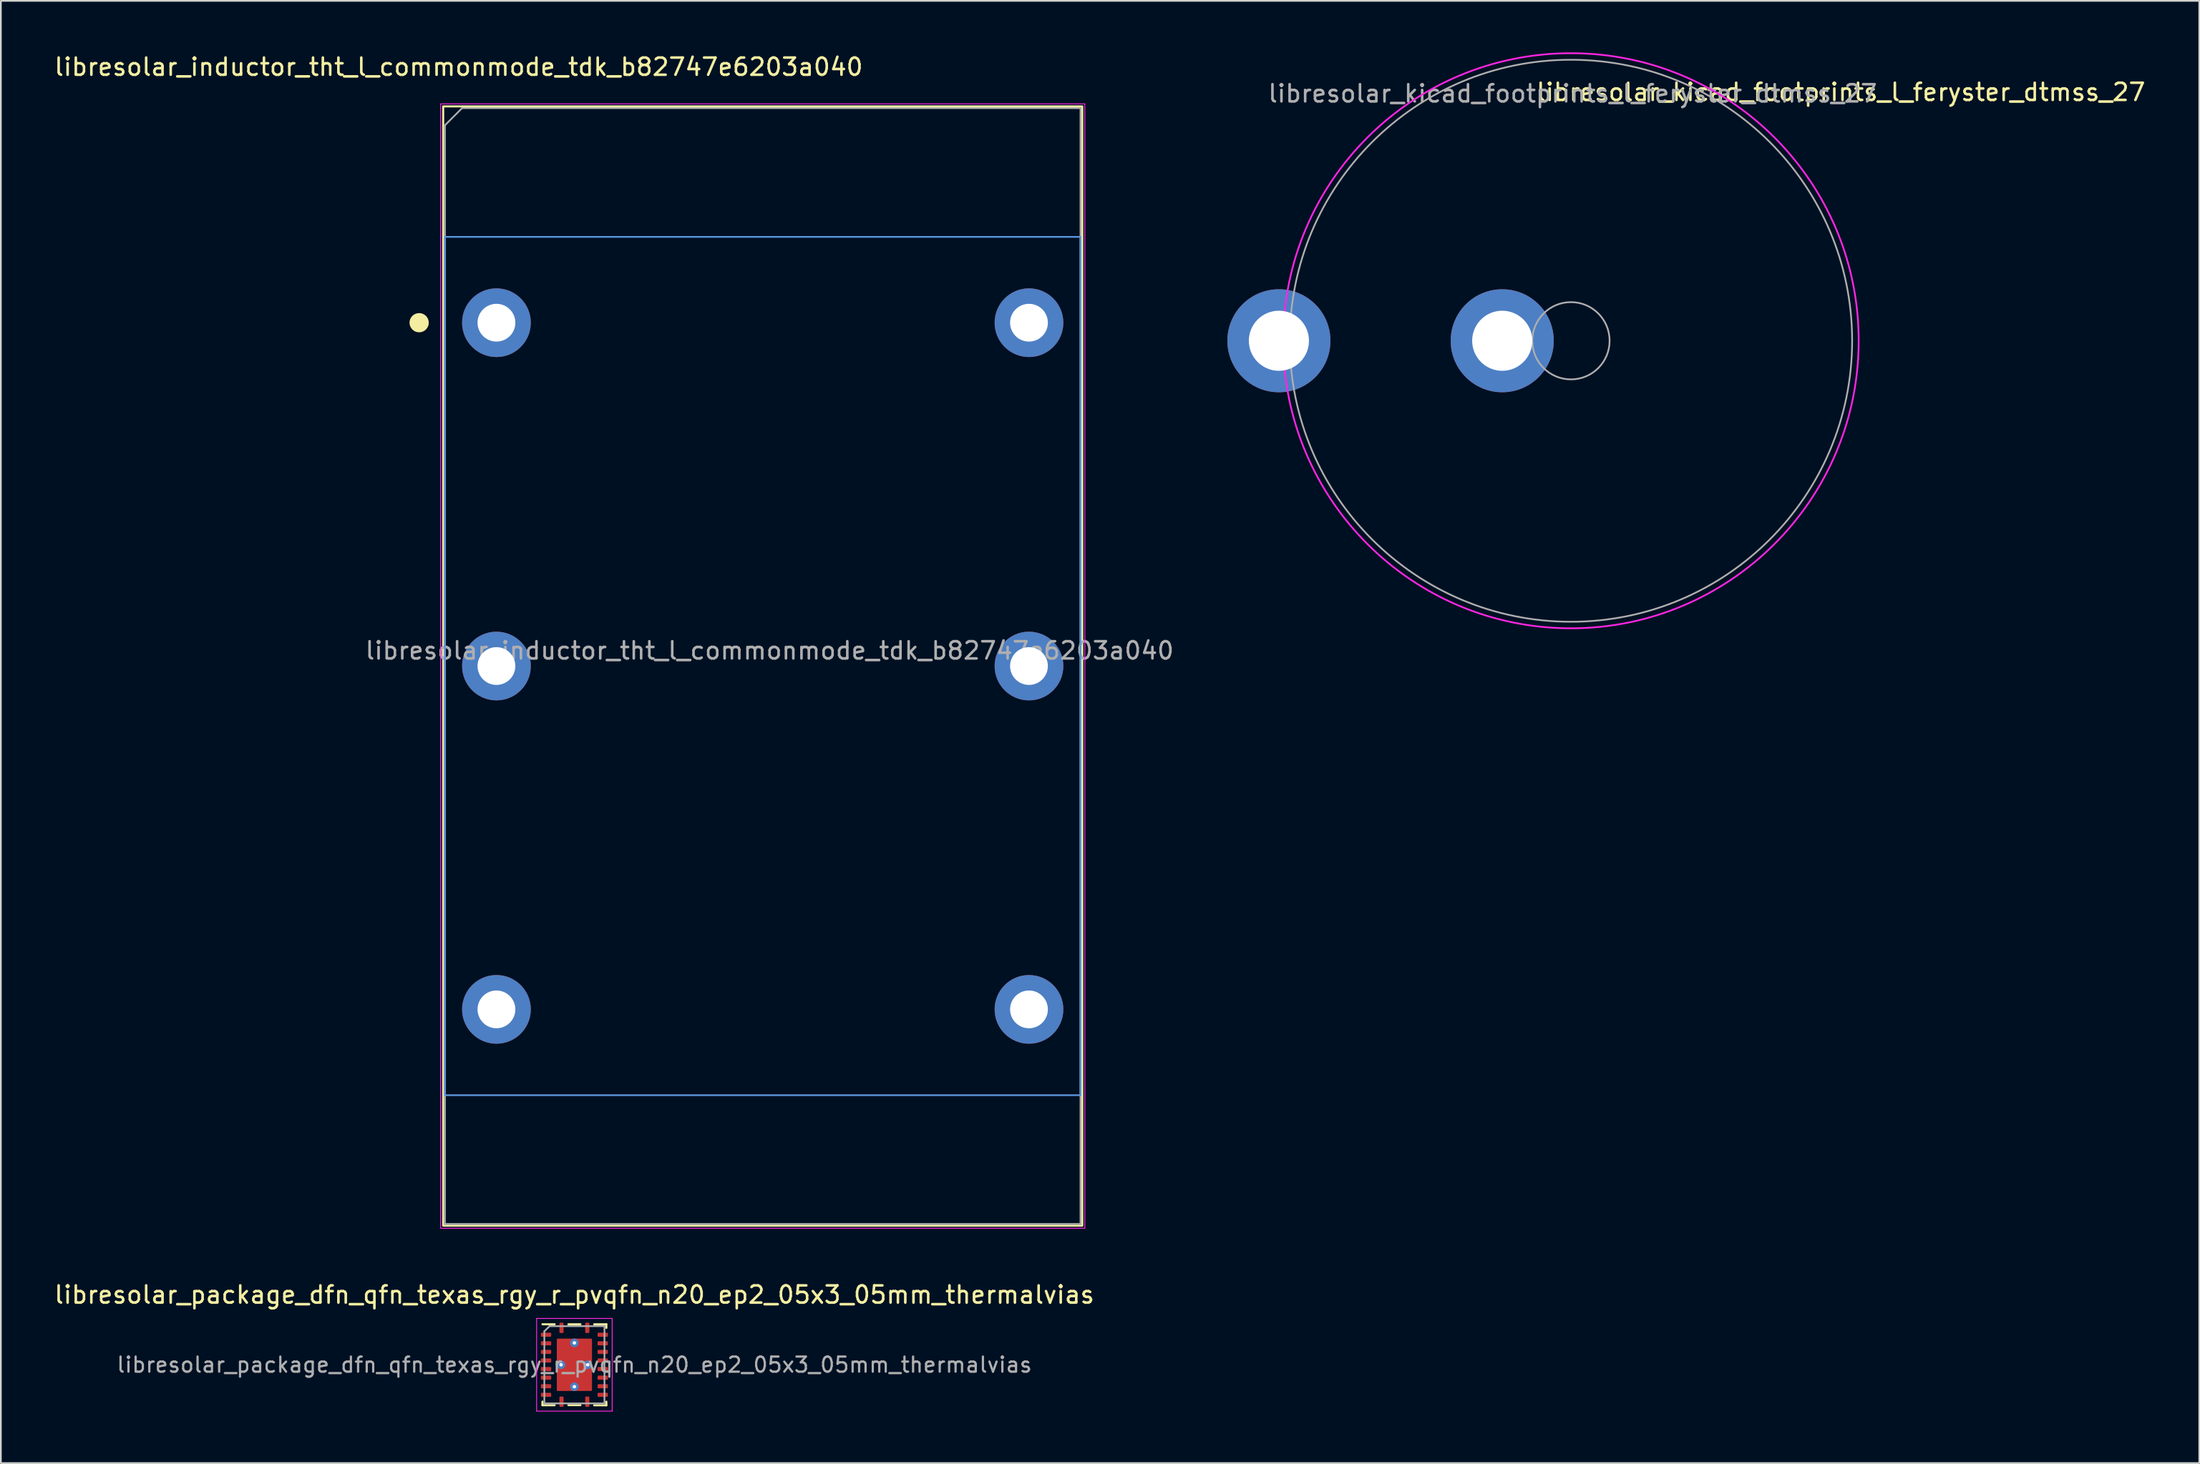
<source format=kicad_pcb>
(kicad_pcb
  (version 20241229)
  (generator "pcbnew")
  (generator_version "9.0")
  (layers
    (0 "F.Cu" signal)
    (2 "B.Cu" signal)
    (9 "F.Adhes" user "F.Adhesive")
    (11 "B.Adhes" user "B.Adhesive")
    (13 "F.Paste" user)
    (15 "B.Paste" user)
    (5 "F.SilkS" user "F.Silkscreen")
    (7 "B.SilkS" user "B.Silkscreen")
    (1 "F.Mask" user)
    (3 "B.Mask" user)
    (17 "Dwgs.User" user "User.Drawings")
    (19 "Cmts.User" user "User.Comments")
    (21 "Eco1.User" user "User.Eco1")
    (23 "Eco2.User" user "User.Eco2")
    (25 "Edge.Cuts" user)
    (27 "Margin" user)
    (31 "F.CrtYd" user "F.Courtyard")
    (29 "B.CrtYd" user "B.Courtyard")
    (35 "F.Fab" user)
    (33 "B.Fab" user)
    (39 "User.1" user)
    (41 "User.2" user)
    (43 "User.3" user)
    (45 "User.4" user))
  (footprint "libresolar_kicad_footprints_l_feryster_dtmss_27"
    (layer "F.Cu")
    (at 88.398 16.8)
    (property "Reference" "libresolar_kicad_footprints_l_feryster_dtmss_27" (at -2.1 -13.9 0) (layer "F.SilkS") (effects (font (size 1 1) (thickness 0.15)) (justify left bottom)))
    (attr through_hole)
    (fp_circle (center 0 0) (end 16.75 0) (stroke (width 0.1) (type solid)) (fill no) (layer "F.CrtYd"))
    (fp_circle (center 0 0) (end 2.25 0) (stroke (width 0.1) (type solid)) (fill no) (layer "F.Fab"))
    (fp_circle (center 0 0) (end 10.8 12.3) (stroke (width 0.1) (type solid)) (fill no) (layer "F.Fab"))
    (fp_text user "${REFERENCE}" (at 0.1 -14.4 0) (layer "F.Fab") (effects (font (size 1 1) (thickness 0.15))))
    (pad "1" thru_hole circle (at -17 0 90) (size 6 6) (drill 3.5) (layers "*.Cu" "*.Mask"))
    (pad "2" thru_hole circle (at -4 0 90) (size 6 6) (drill 3.5) (layers "*.Cu" "*.Mask")))
  (footprint "libresolar_inductor_tht_l_commonmode_tdk_b82747e6203a040"
    (layer "F.Cu")
    (at 25.849 15.748)
    (property "Reference" "libresolar_inductor_tht_l_commonmode_tdk_b82747e6203a040" (at -2.2 -14.9 0) (unlocked yes) (layer "F.SilkS") (effects (font (size 1 1) (thickness 0.15))))
    (attr through_hole)
    (fp_rect (start -3.1 52.6) (end 34.1 -12.6) (stroke (width 0.12) (type default)) (fill no) (layer "F.SilkS"))
    (fp_circle (center -4.5 0) (end -4.5 -0.5) (stroke (width 0.12) (type solid)) (fill yes) (layer "F.SilkS"))
    (fp_rect (start -3 45) (end 34 -5) (stroke (width 0.1) (type default)) (fill no) (layer "Cmts.User"))
    (fp_rect (start -3.25 52.75) (end 34.25 -12.75) (stroke (width 0.05) (type default)) (fill no) (layer "F.CrtYd"))
    (fp_line (start -3 -11.5) (end -3 52.5) (stroke (width 0.1) (type default)) (layer "F.Fab"))
    (fp_line (start -3 -11.5) (end -2 -12.5) (stroke (width 0.1) (type default)) (layer "F.Fab"))
    (fp_line (start -3 52.5) (end 34 52.5) (stroke (width 0.1) (type default)) (layer "F.Fab"))
    (fp_line (start 34 -12.5) (end -2 -12.5) (stroke (width 0.1) (type default)) (layer "F.Fab"))
    (fp_line (start 34 -12.5) (end 34 52.5) (stroke (width 0.1) (type default)) (layer "F.Fab"))
    (fp_text user "${REFERENCE}" (at 15.9 19.1 0) (unlocked yes) (layer "F.Fab") (effects (font (size 1 1) (thickness 0.15))))
    (pad "1" thru_hole circle (at 0 0 90) (size 4 4) (drill 2.2) (layers "*.Cu" "*.Mask"))
    (pad "2" thru_hole circle (at 0 20 90) (size 4 4) (drill 2.2) (layers "*.Cu" "*.Mask"))
    (pad "3" thru_hole circle (at 0 40 90) (size 4 4) (drill 2.2) (layers "*.Cu" "*.Mask"))
    (pad "4" thru_hole circle (at 31 40 90) (size 4 4) (drill 2.2) (layers "*.Cu" "*.Mask"))
    (pad "5" thru_hole circle (at 31 20 90) (size 4 4) (drill 2.2) (layers "*.Cu" "*.Mask"))
    (pad "6" thru_hole circle (at 31 0 90) (size 4 4) (drill 2.2) (layers "*.Cu" "*.Mask")))
  (footprint "libresolar_package_dfn_qfn_texas_rgy_r_pvqfn_n20_ep2_05x3_05mm_thermalvias"
    (layer "F.Cu")
    (at 30.387 76.451)
    (property "Reference" "libresolar_package_dfn_qfn_texas_rgy_r_pvqfn_n20_ep2_05x3_05mm_thermalvias" (at 0 -4.08 0) (layer "F.SilkS") (effects (font (size 1 1) (thickness 0.15))))
    (attr smd)
    (fp_line (start -1.86 2.355) (end -1.86 2.145) (stroke (width 0.12) (type solid)) (layer "F.SilkS"))
    (fp_line (start -1.15 -2.36) (end -1.86 -2.36) (stroke (width 0.12) (type solid)) (layer "F.SilkS"))
    (fp_line (start -1.15 2.355) (end -1.86 2.355) (stroke (width 0.12) (type solid)) (layer "F.SilkS"))
    (fp_line (start 0.35 -2.36) (end -0.35 -2.36) (stroke (width 0.12) (type solid)) (layer "F.SilkS"))
    (fp_line (start 0.35 2.35) (end -0.35 2.35) (stroke (width 0.12) (type solid)) (layer "F.SilkS"))
    (fp_line (start 1.15 -2.36) (end 1.86 -2.36) (stroke (width 0.12) (type solid)) (layer "F.SilkS"))
    (fp_line (start 1.15 2.36) (end 1.86 2.36) (stroke (width 0.12) (type solid)) (layer "F.SilkS"))
    (fp_line (start 1.86 -2.36) (end 1.86 -2.15) (stroke (width 0.12) (type solid)) (layer "F.SilkS"))
    (fp_line (start 1.86 2.36) (end 1.86 2.15) (stroke (width 0.12) (type solid)) (layer "F.SilkS"))
    (fp_line (start -2.2 -2.7) (end -2.2 2.7) (stroke (width 0.05) (type solid)) (layer "F.CrtYd"))
    (fp_line (start -2.2 2.7) (end 2.2 2.7) (stroke (width 0.05) (type solid)) (layer "F.CrtYd"))
    (fp_line (start 2.2 -2.7) (end -2.2 -2.7) (stroke (width 0.05) (type solid)) (layer "F.CrtYd"))
    (fp_line (start 2.2 2.7) (end 2.2 -2.7) (stroke (width 0.05) (type solid)) (layer "F.CrtYd"))
    (fp_line (start -1.75 -1.95) (end -1.45 -2.25) (stroke (width 0.1) (type solid)) (layer "F.Fab"))
    (fp_line (start -1.75 2.25) (end -1.75 -1.95) (stroke (width 0.1) (type solid)) (layer "F.Fab"))
    (fp_line (start -1.45 -2.25) (end 1.75 -2.25) (stroke (width 0.1) (type solid)) (layer "F.Fab"))
    (fp_line (start 1.75 -2.25) (end 1.75 2.25) (stroke (width 0.1) (type solid)) (layer "F.Fab"))
    (fp_line (start 1.75 2.25) (end -1.75 2.25) (stroke (width 0.1) (type solid)) (layer "F.Fab"))
    (fp_text user "${REFERENCE}" (at 0 0 0) (layer "F.Fab") (effects (font (size 0.88 0.88) (thickness 0.13))))
    (pad "" smd rect (at -0.56 -0.77) (size 0.92 1.33) (layers "F.Paste"))
    (pad "" smd rect (at -0.56 0.77) (size 0.92 1.33) (layers "F.Paste"))
    (pad "" smd rect (at 0.56 -0.77) (size 0.92 1.33) (layers "F.Paste"))
    (pad "" smd rect (at 0.56 0.77) (size 0.92 1.33) (layers "F.Paste"))
    (pad "1" smd roundrect (at -0.75 -2.15 90) (size 0.6 0.24) (layers "F.Cu" "F.Mask" "F.Paste") (roundrect_rratio 0.208))
    (pad "2" smd roundrect (at -1.65 -1.75) (size 0.6 0.24) (layers "F.Cu" "F.Mask" "F.Paste") (roundrect_rratio 0.208))
    (pad "3" smd roundrect (at -1.65 -1.25) (size 0.6 0.24) (layers "F.Cu" "F.Mask" "F.Paste") (roundrect_rratio 0.208))
    (pad "4" smd roundrect (at -1.65 -0.75) (size 0.6 0.24) (layers "F.Cu" "F.Mask" "F.Paste") (roundrect_rratio 0.208))
    (pad "5" smd roundrect (at -1.65 -0.25) (size 0.6 0.24) (layers "F.Cu" "F.Mask" "F.Paste") (roundrect_rratio 0.208))
    (pad "6" smd roundrect (at -1.65 0.25) (size 0.6 0.24) (layers "F.Cu" "F.Mask" "F.Paste") (roundrect_rratio 0.208))
    (pad "7" smd roundrect (at -1.65 0.75) (size 0.6 0.24) (layers "F.Cu" "F.Mask" "F.Paste") (roundrect_rratio 0.208))
    (pad "8" smd roundrect (at -1.65 1.25) (size 0.6 0.24) (layers "F.Cu" "F.Mask" "F.Paste") (roundrect_rratio 0.208))
    (pad "9" smd roundrect (at -1.65 1.75) (size 0.6 0.24) (layers "F.Cu" "F.Mask" "F.Paste") (roundrect_rratio 0.208))
    (pad "10" smd roundrect (at -0.75 2.15 90) (size 0.6 0.24) (layers "F.Cu" "F.Mask" "F.Paste") (roundrect_rratio 0.208))
    (pad "11" smd roundrect (at 0.75 2.15 90) (size 0.6 0.24) (layers "F.Cu" "F.Mask" "F.Paste") (roundrect_rratio 0.208))
    (pad "12" smd roundrect (at 1.65 1.75) (size 0.6 0.24) (layers "F.Cu" "F.Mask" "F.Paste") (roundrect_rratio 0.208))
    (pad "13" smd roundrect (at 1.65 1.25) (size 0.6 0.24) (layers "F.Cu" "F.Mask" "F.Paste") (roundrect_rratio 0.208))
    (pad "14" smd roundrect (at 1.65 0.75) (size 0.6 0.24) (layers "F.Cu" "F.Mask" "F.Paste") (roundrect_rratio 0.208))
    (pad "15" smd roundrect (at 1.65 0.25) (size 0.6 0.24) (layers "F.Cu" "F.Mask" "F.Paste") (roundrect_rratio 0.208))
    (pad "16" smd roundrect (at 1.65 -0.25) (size 0.6 0.24) (layers "F.Cu" "F.Mask" "F.Paste") (roundrect_rratio 0.208))
    (pad "17" smd roundrect (at 1.65 -0.75) (size 0.6 0.24) (layers "F.Cu" "F.Mask" "F.Paste") (roundrect_rratio 0.208))
    (pad "18" smd roundrect (at 1.65 -1.25) (size 0.6 0.24) (layers "F.Cu" "F.Mask" "F.Paste") (roundrect_rratio 0.208))
    (pad "19" smd roundrect (at 1.65 -1.75) (size 0.6 0.24) (layers "F.Cu" "F.Mask" "F.Paste") (roundrect_rratio 0.208))
    (pad "20" smd roundrect (at 0.75 -2.15 90) (size 0.6 0.24) (layers "F.Cu" "F.Mask" "F.Paste") (roundrect_rratio 0.208))
    (pad "21" thru_hole circle (at -0.775 0) (size 0.5 0.5) (drill 0.2) (layers "*.Cu"))
    (pad "21" thru_hole circle (at 0 -1.275) (size 0.5 0.5) (drill 0.2) (layers "*.Cu"))
    (pad "21" smd roundrect (at 0 0) (size 2.05 3.05) (layers "F.Cu" "F.Mask") (roundrect_rratio 0.024))
    (pad "21" thru_hole circle (at 0 1.275) (size 0.5 0.5) (drill 0.2) (layers "*.Cu"))
    (pad "21" thru_hole circle (at 0.775 0) (size 0.5 0.5) (drill 0.2) (layers "*.Cu")))
  (gr_rect
    (start -3 -3)
    (end 124.976 82.177)
    (stroke (width 0.1) (type default))
    (fill no)
    (layer "Edge.Cuts")))
</source>
